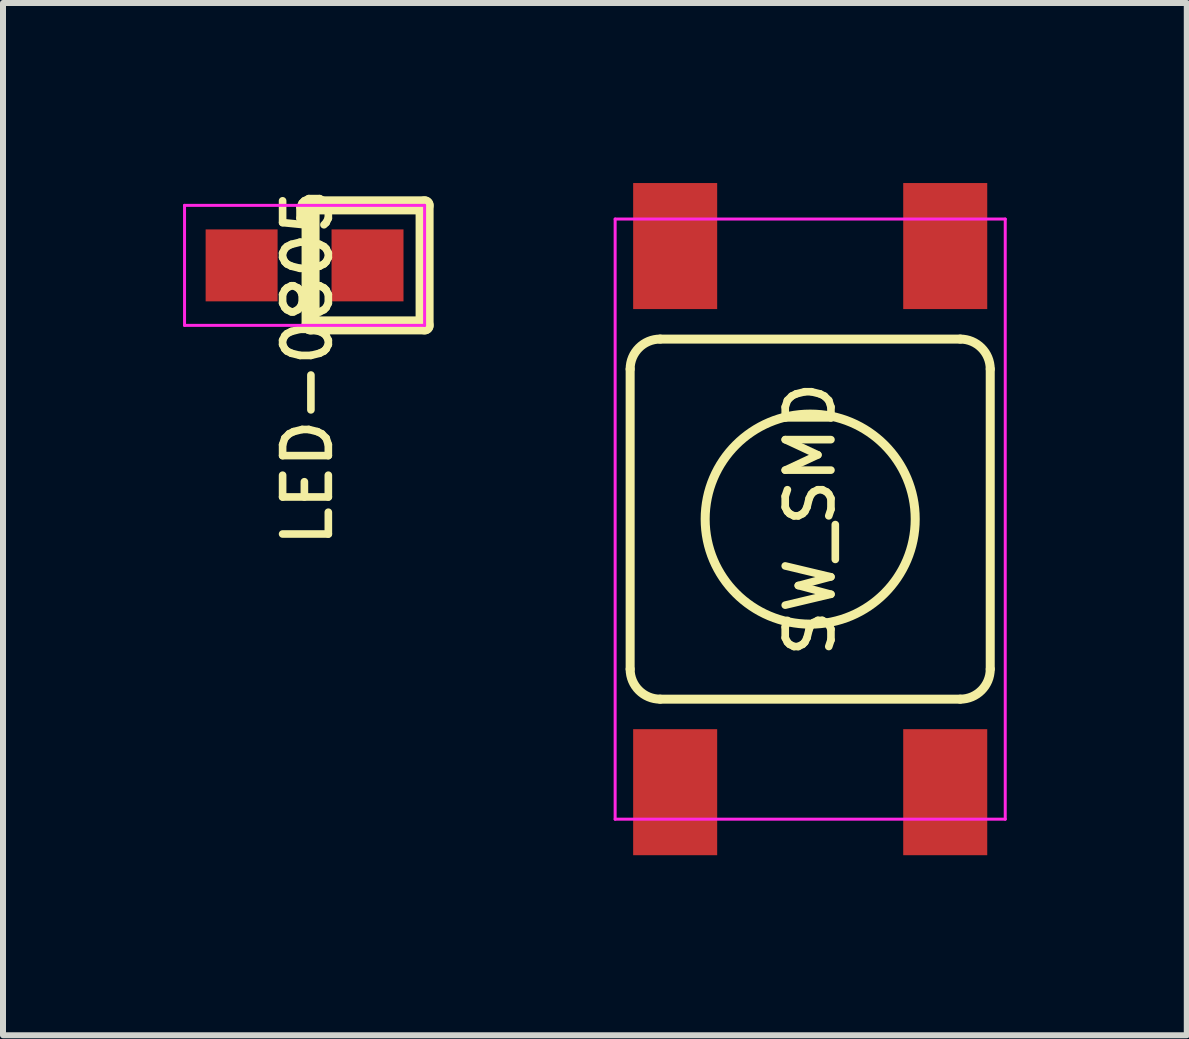
<source format=kicad_pcb>
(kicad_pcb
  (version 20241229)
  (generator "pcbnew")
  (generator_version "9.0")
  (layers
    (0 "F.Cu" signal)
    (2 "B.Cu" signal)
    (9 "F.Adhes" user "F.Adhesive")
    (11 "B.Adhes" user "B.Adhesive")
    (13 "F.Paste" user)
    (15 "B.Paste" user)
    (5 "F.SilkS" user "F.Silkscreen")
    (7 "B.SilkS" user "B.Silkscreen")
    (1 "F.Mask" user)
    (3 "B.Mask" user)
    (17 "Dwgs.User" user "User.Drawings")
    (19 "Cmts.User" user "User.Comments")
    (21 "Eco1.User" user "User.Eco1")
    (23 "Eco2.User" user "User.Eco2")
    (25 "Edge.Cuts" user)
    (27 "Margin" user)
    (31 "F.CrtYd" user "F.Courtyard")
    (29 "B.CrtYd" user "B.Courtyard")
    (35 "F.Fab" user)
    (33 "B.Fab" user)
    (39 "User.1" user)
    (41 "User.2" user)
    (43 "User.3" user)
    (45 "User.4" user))
  (footprint "LED-0805"
    (layer "F.Cu")
    (at 2.025 1.372)
    (property "Reference" "LED-0805" (at 0.05 1.7 270) (layer "F.SilkS") (effects (font (size 0.762 0.762) (thickness 0.127))))
    (attr smd)
    (fp_line (start 0.1 -1) (end 0.1 1) (stroke (width 0.3) (type solid)) (layer "F.SilkS"))
    (fp_line (start 2 -1) (end 0.1 -1) (stroke (width 0.3) (type solid)) (layer "F.SilkS"))
    (fp_line (start 2 -1) (end 2 1) (stroke (width 0.3) (type solid)) (layer "F.SilkS"))
    (fp_line (start 2 1) (end 0.1 1) (stroke (width 0.3) (type solid)) (layer "F.SilkS"))
    (fp_line (start -2 -1) (end 2 -1) (stroke (width 0.05) (type solid)) (layer "F.CrtYd"))
    (fp_line (start -2 1) (end -2 -1) (stroke (width 0.05) (type solid)) (layer "F.CrtYd"))
    (fp_line (start 2 -1) (end 2 1) (stroke (width 0.05) (type solid)) (layer "F.CrtYd"))
    (fp_line (start 2 1) (end -2 1) (stroke (width 0.05) (type solid)) (layer "F.CrtYd"))
    (pad "1" smd rect (at -1.049 0) (size 1.199 1.199) (layers "F.Cu" "F.Mask" "F.Paste"))
    (pad "2" smd rect (at 1.049 0) (size 1.199 1.199) (layers "F.Cu" "F.Mask" "F.Paste")))
  (footprint "SW_SMD"
    (layer "F.Cu")
    (at 10.45 5.6)
    (property "Reference" "SW_SMD" (at 0 0 270) (layer "F.SilkS") (effects (font (size 0.762 0.762) (thickness 0.127))))
    (attr smd)
    (fp_line (start -3 2.5) (end -3 -2.5) (stroke (width 0.15) (type solid)) (layer "F.SilkS"))
    (fp_line (start -2.5 -3) (end 2.5 -3) (stroke (width 0.15) (type solid)) (layer "F.SilkS"))
    (fp_line (start 2.5 3) (end -2.5 3) (stroke (width 0.15) (type solid)) (layer "F.SilkS"))
    (fp_line (start 3 -2.5) (end 3 2.5) (stroke (width 0.15) (type solid)) (layer "F.SilkS"))
    (fp_arc (start -3 -2.5) (mid -2.853553 -2.853553) (end -2.5 -3) (stroke (width 0.15) (type solid)) (layer "F.SilkS"))
    (fp_arc (start -2.5 3) (mid -2.853553 2.853553) (end -3 2.5) (stroke (width 0.15) (type solid)) (layer "F.SilkS"))
    (fp_arc (start 2.5 -3) (mid 2.853553 -2.853553) (end 3 -2.5) (stroke (width 0.15) (type solid)) (layer "F.SilkS"))
    (fp_arc (start 3 2.5) (mid 2.853553 2.853553) (end 2.5 3) (stroke (width 0.15) (type solid)) (layer "F.SilkS"))
    (fp_circle (center 0 0) (end -1.75 0) (stroke (width 0.15) (type solid)) (fill no) (layer "F.SilkS"))
    (fp_line (start -3.25 -5) (end -3.25 5) (stroke (width 0.05) (type solid)) (layer "F.CrtYd"))
    (fp_line (start -3.25 5) (end 3.25 5) (stroke (width 0.05) (type solid)) (layer "F.CrtYd"))
    (fp_line (start 3.25 -5) (end -3.25 -5) (stroke (width 0.05) (type solid)) (layer "F.CrtYd"))
    (fp_line (start 3.25 5) (end 3.25 -5) (stroke (width 0.05) (type solid)) (layer "F.CrtYd"))
    (pad "1" smd rect (at -2.25 -4.55 270) (size 2.1 1.4) (layers "F.Cu" "F.Mask" "F.Paste"))
    (pad "2" smd rect (at 2.25 -4.55 270) (size 2.1 1.4) (layers "F.Cu" "F.Mask" "F.Paste"))
    (pad "3" smd rect (at -2.25 4.55 270) (size 2.1 1.4) (layers "F.Cu" "F.Mask" "F.Paste"))
    (pad "4" smd rect (at 2.25 4.55 270) (size 2.1 1.4) (layers "F.Cu" "F.Mask" "F.Paste")))
  (gr_rect
    (start -3 -3)
    (end 16.725 14.2)
    (stroke (width 0.1) (type default))
    (fill no)
    (layer "Edge.Cuts")))
</source>
